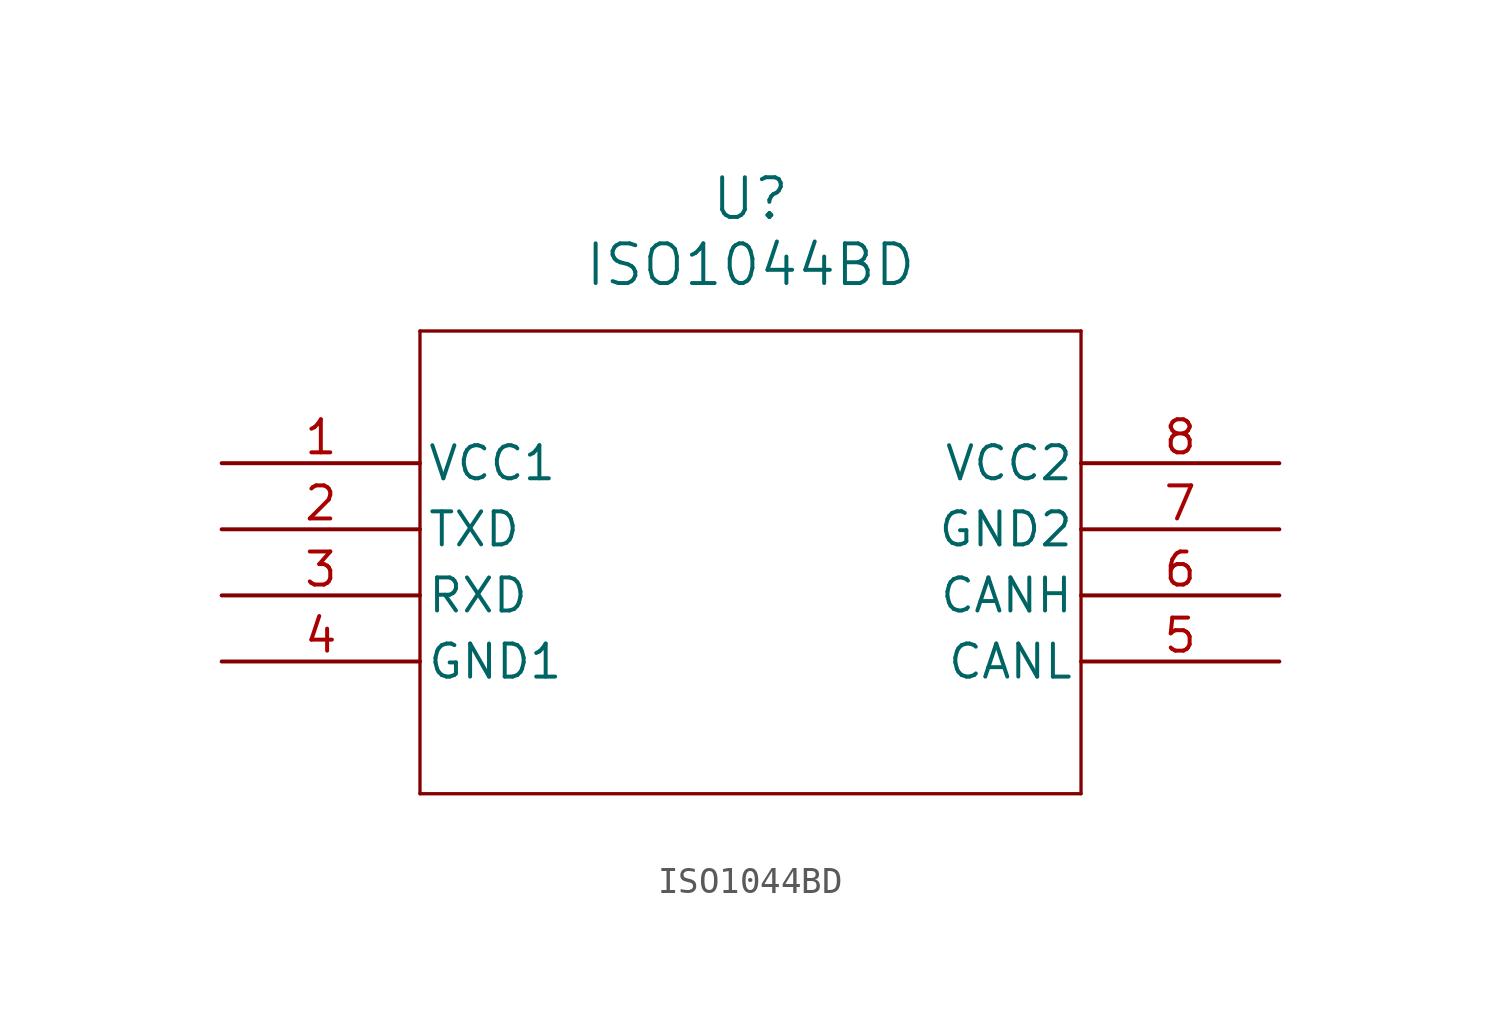
<source format=kicad_sym>
(kicad_symbol_lib
  (version 20211014)
  (generator kicad_symbol_editor)
  (symbol "ISO1044BD"
    (pin_names
      (offset 0.254))
    (property "Reference" "U"
      (at 20.32 10.16 0)
      (effects (font (size 1.524 1.524))))
    (property "Value" "ISO1044BD"
      (at 20.32 7.62 0)
      (effects (font (size 1.524 1.524))))
    (symbol "ISO1044BD_0_1"
      (polyline (pts (xy 7.62 5.08) (xy 7.62 -12.7)) (stroke (width 0.127) (type default) (color 0 0 0 0)) (fill (type none)))
      (polyline (pts (xy 7.62 -12.7) (xy 33.02 -12.7)) (stroke (width 0.127) (type default) (color 0 0 0 0)) (fill (type none)))
      (polyline (pts (xy 33.02 -12.7) (xy 33.02 5.08)) (stroke (width 0.127) (type default) (color 0 0 0 0)) (fill (type none)))
      (polyline (pts (xy 33.02 5.08) (xy 7.62 5.08)) (stroke (width 0.127) (type default) (color 0 0 0 0)) (fill (type none)))
      (pin power_in line (at 0 0 0) (length 7.62) (name "VCC1" (effects (font (size 1.27 1.27)))) (number "1" (effects (font (size 1.27 1.27)))))
      (pin input line (at 0 -2.54 0) (length 7.62) (name "TXD" (effects (font (size 1.27 1.27)))) (number "2" (effects (font (size 1.27 1.27)))))
      (pin output line (at 0 -5.08 0) (length 7.62) (name "RXD" (effects (font (size 1.27 1.27)))) (number "3" (effects (font (size 1.27 1.27)))))
      (pin power_out line (at 0 -7.62 0) (length 7.62) (name "GND1" (effects (font (size 1.27 1.27)))) (number "4" (effects (font (size 1.27 1.27)))))
      (pin bidirectional line (at 40.64 -7.62 180) (length 7.62) (name "CANL" (effects (font (size 1.27 1.27)))) (number "5" (effects (font (size 1.27 1.27)))))
      (pin bidirectional line (at 40.64 -5.08 180) (length 7.62) (name "CANH" (effects (font (size 1.27 1.27)))) (number "6" (effects (font (size 1.27 1.27)))))
      (pin power_out line (at 40.64 -2.54 180) (length 7.62) (name "GND2" (effects (font (size 1.27 1.27)))) (number "7" (effects (font (size 1.27 1.27)))))
      (pin power_in line (at 40.64 0 180) (length 7.62) (name "VCC2" (effects (font (size 1.27 1.27)))) (number "8" (effects (font (size 1.27 1.27))))))))
</source>
